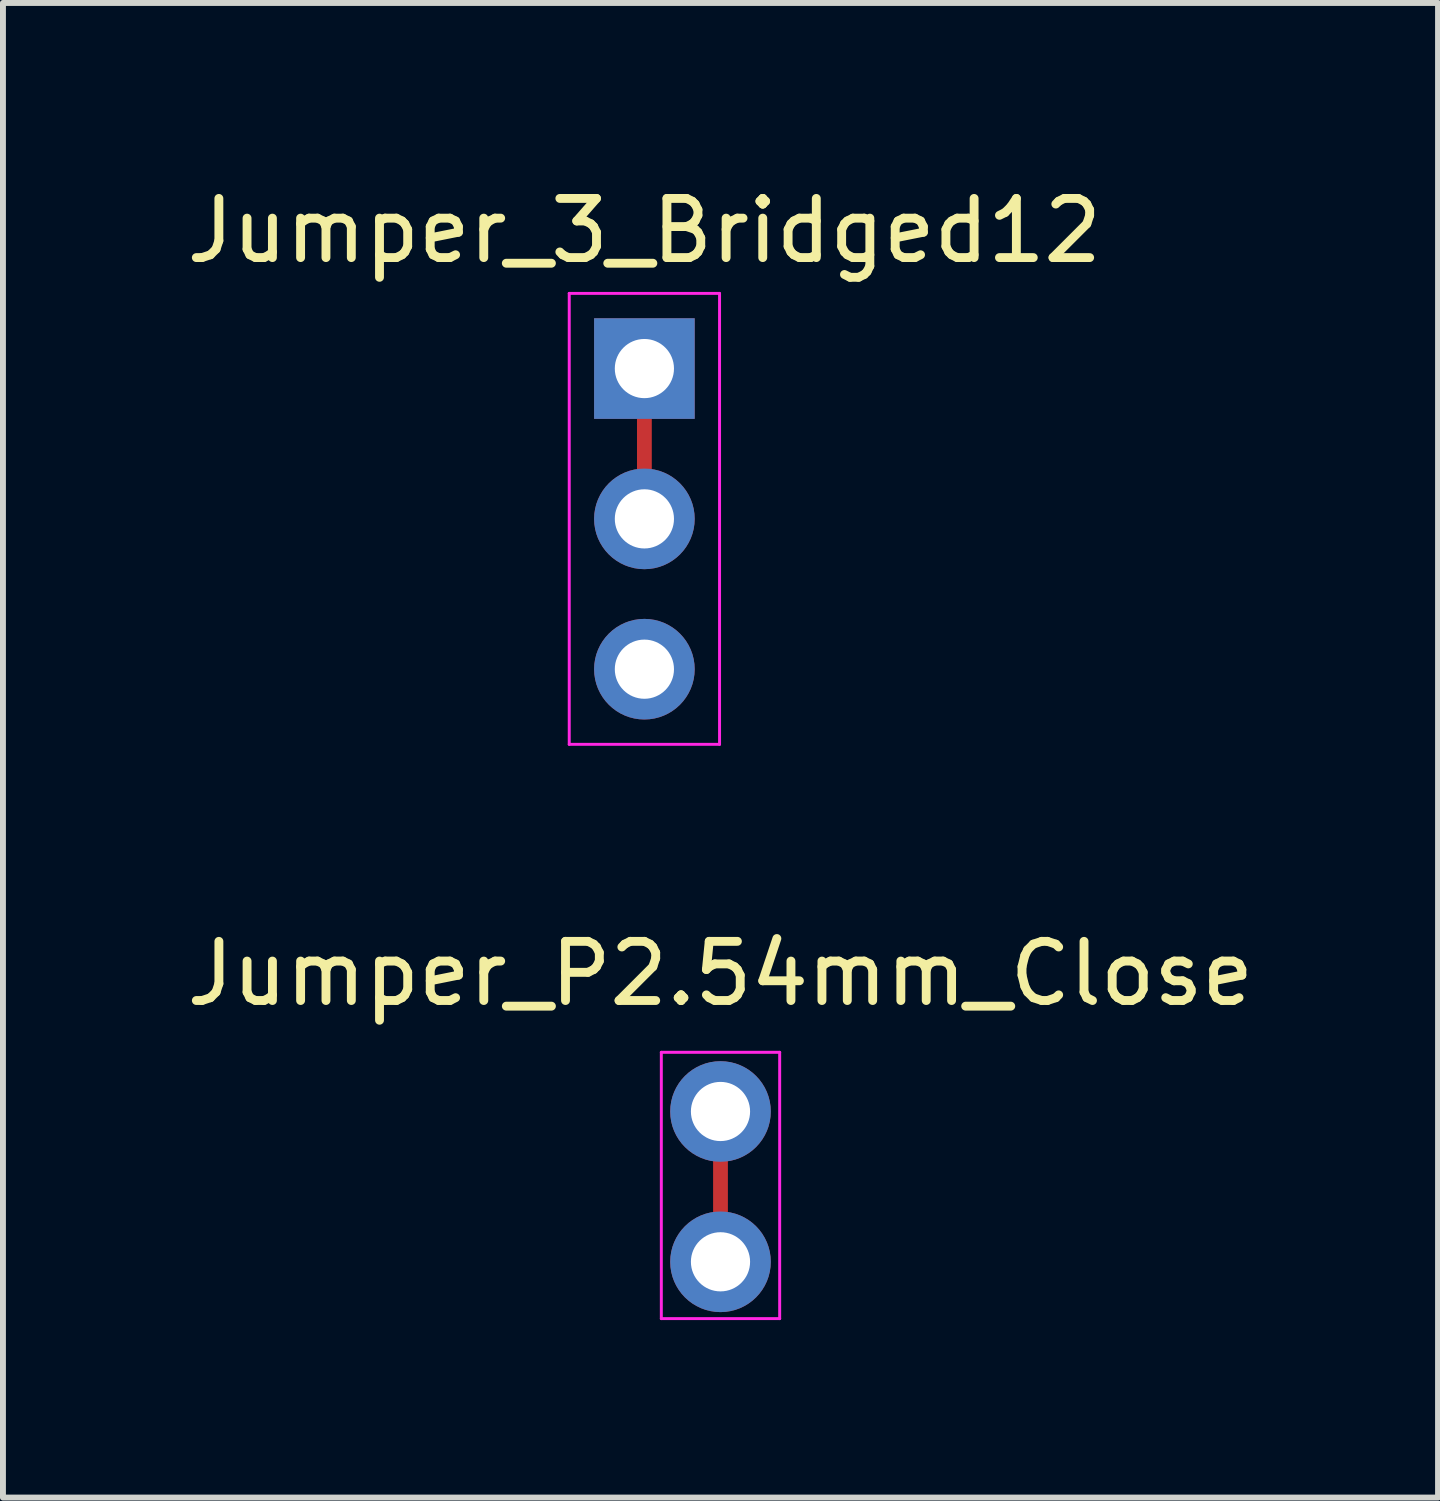
<source format=kicad_pcb>
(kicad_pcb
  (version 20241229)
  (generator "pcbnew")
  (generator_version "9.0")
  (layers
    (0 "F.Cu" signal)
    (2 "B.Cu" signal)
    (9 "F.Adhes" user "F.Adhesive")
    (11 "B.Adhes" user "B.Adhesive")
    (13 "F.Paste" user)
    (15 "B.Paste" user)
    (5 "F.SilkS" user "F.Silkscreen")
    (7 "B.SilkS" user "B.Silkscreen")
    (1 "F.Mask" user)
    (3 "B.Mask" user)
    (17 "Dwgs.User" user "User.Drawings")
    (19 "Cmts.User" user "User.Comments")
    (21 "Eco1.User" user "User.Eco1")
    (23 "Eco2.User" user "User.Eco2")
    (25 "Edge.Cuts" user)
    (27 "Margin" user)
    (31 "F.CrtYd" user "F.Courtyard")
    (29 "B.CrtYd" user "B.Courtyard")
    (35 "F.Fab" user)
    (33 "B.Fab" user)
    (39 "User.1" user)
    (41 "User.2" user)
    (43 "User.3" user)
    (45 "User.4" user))
  (footprint "Jumper_P2.54mm_Close"
    (layer "F.Cu")
    (at 9.125 15.732)
    (property "Reference" "Jumper_P2.54mm_Close" (at 0 -2.33 0) (layer "F.SilkS") (effects (font (size 1 1) (thickness 0.15))))
    (attr through_hole)
    (fp_line (start 0 0.5) (end 0 2) (stroke (width 0.25) (type solid)) (layer "F.Cu"))
    (fp_line (start -1 -1) (end -1 3.5) (stroke (width 0.05) (type solid)) (layer "F.CrtYd"))
    (fp_line (start -1 3.5) (end 1 3.5) (stroke (width 0.05) (type solid)) (layer "F.CrtYd"))
    (fp_line (start 1 -1) (end -1 -1) (stroke (width 0.05) (type solid)) (layer "F.CrtYd"))
    (fp_line (start 1 3.5) (end 1 -1) (stroke (width 0.05) (type solid)) (layer "F.CrtYd"))
    (pad "1" thru_hole circle (at 0 0) (size 1.7 1.7) (drill 1) (layers "*.Cu" "*.Mask"))
    (pad "2" thru_hole circle (at 0 2.54) (size 1.7 1.7) (drill 1) (layers "*.Cu" "*.Mask")))
  (footprint "Jumper_3_Bridged12"
    (layer "F.Cu")
    (at 7.839 3.178)
    (property "Reference" "Jumper_3_Bridged12" (at 0 -2.33 0) (layer "F.SilkS") (effects (font (size 1 1) (thickness 0.15))))
    (attr through_hole)
    (fp_line (start 0 0.635) (end 0 1.905) (stroke (width 0.25) (type solid)) (layer "F.Cu"))
    (fp_line (start -1.27 -1.27) (end -1.27 6.35) (stroke (width 0.05) (type solid)) (layer "F.CrtYd"))
    (fp_line (start -1.27 6.35) (end 1.27 6.35) (stroke (width 0.05) (type solid)) (layer "F.CrtYd"))
    (fp_line (start 1.27 -1.27) (end -1.27 -1.27) (stroke (width 0.05) (type solid)) (layer "F.CrtYd"))
    (fp_line (start 1.27 6.35) (end 1.27 -1.27) (stroke (width 0.05) (type solid)) (layer "F.CrtYd"))
    (pad "1" thru_hole rect (at 0 0) (size 1.7 1.7) (drill 1) (layers "*.Cu" "*.Mask"))
    (pad "2" thru_hole oval (at 0 2.54) (size 1.7 1.7) (drill 1) (layers "*.Cu" "*.Mask"))
    (pad "3" thru_hole oval (at 0 5.08) (size 1.7 1.7) (drill 1) (layers "*.Cu" "*.Mask")))
  (gr_rect
    (start -3 -3)
    (end 21.25 22.256)
    (stroke (width 0.1) (type default))
    (fill no)
    (layer "Edge.Cuts")))
</source>
